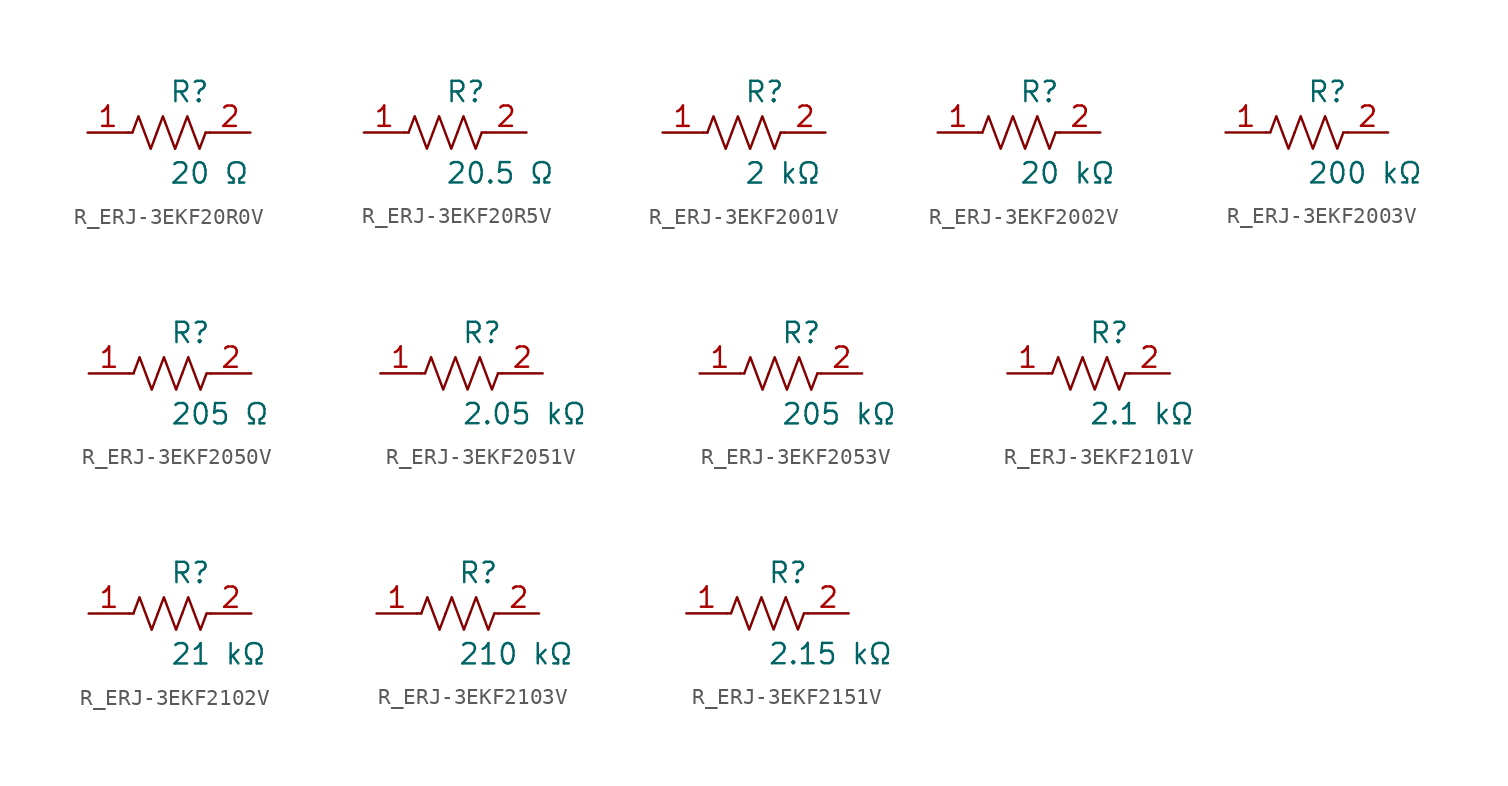
<source format=kicad_sym>
(kicad_symbol_lib
  (version 20231120)
  (generator kicad_symbol_editor)
  (generator_version 8.0)
  (symbol "R_ERJ-3EKF20R0V"
    (pin_names
      (offset 0.254))
    (property "Reference" "R"
      (at 0.0 2.54 0)
      (effects (font (size 1.27 1.27)) (justify left)))
    (property "Value" "20 Ω"
      (at 0.0 -2.54 0)
      (effects (font (size 1.27 1.27)) (justify left)))
    (symbol "R_ERJ-3EKF20R0V_0_1"
      (polyline (pts (xy 2.286 0) (xy 2.54 0)) (stroke (width 0) (type default)) (fill (type none)))
      (polyline (pts (xy -2.286 0) (xy -2.54 0)) (stroke (width 0) (type default)) (fill (type none)))
      (polyline (pts (xy 0.762 0) (xy 1.143 1.016) (xy 1.524 0) (xy 1.905 -1.016) (xy 2.286 0)) (stroke (width 0) (type default)) (fill (type none)))
      (polyline (pts (xy -0.762 0) (xy -0.381 1.016) (xy 0 0) (xy 0.381 -1.016) (xy 0.762 0)) (stroke (width 0) (type default)) (fill (type none)))
      (polyline (pts (xy -2.286 0) (xy -1.905 1.016) (xy -1.524 0) (xy -1.143 -1.016) (xy -0.762 0)) (stroke (width 0) (type default)) (fill (type none))))
    (pin unspecified line
      (at -5.08 0 0)
      (length 2.54)
      (name "" (effects (font (size 1.27 1.27))))
      (number "1" (effects (font (size 1.27 1.27)))))
    (pin unspecified line
      (at 5.08 0 180)
      (length 2.54)
      (name "" (effects (font (size 1.27 1.27))))
      (number "2" (effects (font (size 1.27 1.27))))))
  (symbol "R_ERJ-3EKF20R5V"
    (pin_names
      (offset 0.254))
    (property "Reference" "R"
      (at 0.0 2.54 0)
      (effects (font (size 1.27 1.27)) (justify left)))
    (property "Value" "20.5 Ω"
      (at 0.0 -2.54 0)
      (effects (font (size 1.27 1.27)) (justify left)))
    (symbol "R_ERJ-3EKF20R5V_0_1"
      (polyline (pts (xy 2.286 0) (xy 2.54 0)) (stroke (width 0) (type default)) (fill (type none)))
      (polyline (pts (xy -2.286 0) (xy -2.54 0)) (stroke (width 0) (type default)) (fill (type none)))
      (polyline (pts (xy 0.762 0) (xy 1.143 1.016) (xy 1.524 0) (xy 1.905 -1.016) (xy 2.286 0)) (stroke (width 0) (type default)) (fill (type none)))
      (polyline (pts (xy -0.762 0) (xy -0.381 1.016) (xy 0 0) (xy 0.381 -1.016) (xy 0.762 0)) (stroke (width 0) (type default)) (fill (type none)))
      (polyline (pts (xy -2.286 0) (xy -1.905 1.016) (xy -1.524 0) (xy -1.143 -1.016) (xy -0.762 0)) (stroke (width 0) (type default)) (fill (type none))))
    (pin unspecified line
      (at -5.08 0 0)
      (length 2.54)
      (name "" (effects (font (size 1.27 1.27))))
      (number "1" (effects (font (size 1.27 1.27)))))
    (pin unspecified line
      (at 5.08 0 180)
      (length 2.54)
      (name "" (effects (font (size 1.27 1.27))))
      (number "2" (effects (font (size 1.27 1.27))))))
  (symbol "R_ERJ-3EKF2001V"
    (pin_names
      (offset 0.254))
    (property "Reference" "R"
      (at 0.0 2.54 0)
      (effects (font (size 1.27 1.27)) (justify left)))
    (property "Value" "2 kΩ"
      (at 0.0 -2.54 0)
      (effects (font (size 1.27 1.27)) (justify left)))
    (symbol "R_ERJ-3EKF2001V_0_1"
      (polyline (pts (xy 2.286 0) (xy 2.54 0)) (stroke (width 0) (type default)) (fill (type none)))
      (polyline (pts (xy -2.286 0) (xy -2.54 0)) (stroke (width 0) (type default)) (fill (type none)))
      (polyline (pts (xy 0.762 0) (xy 1.143 1.016) (xy 1.524 0) (xy 1.905 -1.016) (xy 2.286 0)) (stroke (width 0) (type default)) (fill (type none)))
      (polyline (pts (xy -0.762 0) (xy -0.381 1.016) (xy 0 0) (xy 0.381 -1.016) (xy 0.762 0)) (stroke (width 0) (type default)) (fill (type none)))
      (polyline (pts (xy -2.286 0) (xy -1.905 1.016) (xy -1.524 0) (xy -1.143 -1.016) (xy -0.762 0)) (stroke (width 0) (type default)) (fill (type none))))
    (pin unspecified line
      (at -5.08 0 0)
      (length 2.54)
      (name "" (effects (font (size 1.27 1.27))))
      (number "1" (effects (font (size 1.27 1.27)))))
    (pin unspecified line
      (at 5.08 0 180)
      (length 2.54)
      (name "" (effects (font (size 1.27 1.27))))
      (number "2" (effects (font (size 1.27 1.27))))))
  (symbol "R_ERJ-3EKF2002V"
    (pin_names
      (offset 0.254))
    (property "Reference" "R"
      (at 0.0 2.54 0)
      (effects (font (size 1.27 1.27)) (justify left)))
    (property "Value" "20 kΩ"
      (at 0.0 -2.54 0)
      (effects (font (size 1.27 1.27)) (justify left)))
    (symbol "R_ERJ-3EKF2002V_0_1"
      (polyline (pts (xy 2.286 0) (xy 2.54 0)) (stroke (width 0) (type default)) (fill (type none)))
      (polyline (pts (xy -2.286 0) (xy -2.54 0)) (stroke (width 0) (type default)) (fill (type none)))
      (polyline (pts (xy 0.762 0) (xy 1.143 1.016) (xy 1.524 0) (xy 1.905 -1.016) (xy 2.286 0)) (stroke (width 0) (type default)) (fill (type none)))
      (polyline (pts (xy -0.762 0) (xy -0.381 1.016) (xy 0 0) (xy 0.381 -1.016) (xy 0.762 0)) (stroke (width 0) (type default)) (fill (type none)))
      (polyline (pts (xy -2.286 0) (xy -1.905 1.016) (xy -1.524 0) (xy -1.143 -1.016) (xy -0.762 0)) (stroke (width 0) (type default)) (fill (type none))))
    (pin unspecified line
      (at -5.08 0 0)
      (length 2.54)
      (name "" (effects (font (size 1.27 1.27))))
      (number "1" (effects (font (size 1.27 1.27)))))
    (pin unspecified line
      (at 5.08 0 180)
      (length 2.54)
      (name "" (effects (font (size 1.27 1.27))))
      (number "2" (effects (font (size 1.27 1.27))))))
  (symbol "R_ERJ-3EKF2003V"
    (pin_names
      (offset 0.254))
    (property "Reference" "R"
      (at 0.0 2.54 0)
      (effects (font (size 1.27 1.27)) (justify left)))
    (property "Value" "200 kΩ"
      (at 0.0 -2.54 0)
      (effects (font (size 1.27 1.27)) (justify left)))
    (symbol "R_ERJ-3EKF2003V_0_1"
      (polyline (pts (xy 2.286 0) (xy 2.54 0)) (stroke (width 0) (type default)) (fill (type none)))
      (polyline (pts (xy -2.286 0) (xy -2.54 0)) (stroke (width 0) (type default)) (fill (type none)))
      (polyline (pts (xy 0.762 0) (xy 1.143 1.016) (xy 1.524 0) (xy 1.905 -1.016) (xy 2.286 0)) (stroke (width 0) (type default)) (fill (type none)))
      (polyline (pts (xy -0.762 0) (xy -0.381 1.016) (xy 0 0) (xy 0.381 -1.016) (xy 0.762 0)) (stroke (width 0) (type default)) (fill (type none)))
      (polyline (pts (xy -2.286 0) (xy -1.905 1.016) (xy -1.524 0) (xy -1.143 -1.016) (xy -0.762 0)) (stroke (width 0) (type default)) (fill (type none))))
    (pin unspecified line
      (at -5.08 0 0)
      (length 2.54)
      (name "" (effects (font (size 1.27 1.27))))
      (number "1" (effects (font (size 1.27 1.27)))))
    (pin unspecified line
      (at 5.08 0 180)
      (length 2.54)
      (name "" (effects (font (size 1.27 1.27))))
      (number "2" (effects (font (size 1.27 1.27))))))
  (symbol "R_ERJ-3EKF2050V"
    (pin_names
      (offset 0.254))
    (property "Reference" "R"
      (at 0.0 2.54 0)
      (effects (font (size 1.27 1.27)) (justify left)))
    (property "Value" "205 Ω"
      (at 0.0 -2.54 0)
      (effects (font (size 1.27 1.27)) (justify left)))
    (symbol "R_ERJ-3EKF2050V_0_1"
      (polyline (pts (xy 2.286 0) (xy 2.54 0)) (stroke (width 0) (type default)) (fill (type none)))
      (polyline (pts (xy -2.286 0) (xy -2.54 0)) (stroke (width 0) (type default)) (fill (type none)))
      (polyline (pts (xy 0.762 0) (xy 1.143 1.016) (xy 1.524 0) (xy 1.905 -1.016) (xy 2.286 0)) (stroke (width 0) (type default)) (fill (type none)))
      (polyline (pts (xy -0.762 0) (xy -0.381 1.016) (xy 0 0) (xy 0.381 -1.016) (xy 0.762 0)) (stroke (width 0) (type default)) (fill (type none)))
      (polyline (pts (xy -2.286 0) (xy -1.905 1.016) (xy -1.524 0) (xy -1.143 -1.016) (xy -0.762 0)) (stroke (width 0) (type default)) (fill (type none))))
    (pin unspecified line
      (at -5.08 0 0)
      (length 2.54)
      (name "" (effects (font (size 1.27 1.27))))
      (number "1" (effects (font (size 1.27 1.27)))))
    (pin unspecified line
      (at 5.08 0 180)
      (length 2.54)
      (name "" (effects (font (size 1.27 1.27))))
      (number "2" (effects (font (size 1.27 1.27))))))
  (symbol "R_ERJ-3EKF2051V"
    (pin_names
      (offset 0.254))
    (property "Reference" "R"
      (at 0.0 2.54 0)
      (effects (font (size 1.27 1.27)) (justify left)))
    (property "Value" "2.05 kΩ"
      (at 0.0 -2.54 0)
      (effects (font (size 1.27 1.27)) (justify left)))
    (symbol "R_ERJ-3EKF2051V_0_1"
      (polyline (pts (xy 2.286 0) (xy 2.54 0)) (stroke (width 0) (type default)) (fill (type none)))
      (polyline (pts (xy -2.286 0) (xy -2.54 0)) (stroke (width 0) (type default)) (fill (type none)))
      (polyline (pts (xy 0.762 0) (xy 1.143 1.016) (xy 1.524 0) (xy 1.905 -1.016) (xy 2.286 0)) (stroke (width 0) (type default)) (fill (type none)))
      (polyline (pts (xy -0.762 0) (xy -0.381 1.016) (xy 0 0) (xy 0.381 -1.016) (xy 0.762 0)) (stroke (width 0) (type default)) (fill (type none)))
      (polyline (pts (xy -2.286 0) (xy -1.905 1.016) (xy -1.524 0) (xy -1.143 -1.016) (xy -0.762 0)) (stroke (width 0) (type default)) (fill (type none))))
    (pin unspecified line
      (at -5.08 0 0)
      (length 2.54)
      (name "" (effects (font (size 1.27 1.27))))
      (number "1" (effects (font (size 1.27 1.27)))))
    (pin unspecified line
      (at 5.08 0 180)
      (length 2.54)
      (name "" (effects (font (size 1.27 1.27))))
      (number "2" (effects (font (size 1.27 1.27))))))
  (symbol "R_ERJ-3EKF2053V"
    (pin_names
      (offset 0.254))
    (property "Reference" "R"
      (at 0.0 2.54 0)
      (effects (font (size 1.27 1.27)) (justify left)))
    (property "Value" "205 kΩ"
      (at 0.0 -2.54 0)
      (effects (font (size 1.27 1.27)) (justify left)))
    (symbol "R_ERJ-3EKF2053V_0_1"
      (polyline (pts (xy 2.286 0) (xy 2.54 0)) (stroke (width 0) (type default)) (fill (type none)))
      (polyline (pts (xy -2.286 0) (xy -2.54 0)) (stroke (width 0) (type default)) (fill (type none)))
      (polyline (pts (xy 0.762 0) (xy 1.143 1.016) (xy 1.524 0) (xy 1.905 -1.016) (xy 2.286 0)) (stroke (width 0) (type default)) (fill (type none)))
      (polyline (pts (xy -0.762 0) (xy -0.381 1.016) (xy 0 0) (xy 0.381 -1.016) (xy 0.762 0)) (stroke (width 0) (type default)) (fill (type none)))
      (polyline (pts (xy -2.286 0) (xy -1.905 1.016) (xy -1.524 0) (xy -1.143 -1.016) (xy -0.762 0)) (stroke (width 0) (type default)) (fill (type none))))
    (pin unspecified line
      (at -5.08 0 0)
      (length 2.54)
      (name "" (effects (font (size 1.27 1.27))))
      (number "1" (effects (font (size 1.27 1.27)))))
    (pin unspecified line
      (at 5.08 0 180)
      (length 2.54)
      (name "" (effects (font (size 1.27 1.27))))
      (number "2" (effects (font (size 1.27 1.27))))))
  (symbol "R_ERJ-3EKF2101V"
    (pin_names
      (offset 0.254))
    (property "Reference" "R"
      (at 0.0 2.54 0)
      (effects (font (size 1.27 1.27)) (justify left)))
    (property "Value" "2.1 kΩ"
      (at 0.0 -2.54 0)
      (effects (font (size 1.27 1.27)) (justify left)))
    (symbol "R_ERJ-3EKF2101V_0_1"
      (polyline (pts (xy 2.286 0) (xy 2.54 0)) (stroke (width 0) (type default)) (fill (type none)))
      (polyline (pts (xy -2.286 0) (xy -2.54 0)) (stroke (width 0) (type default)) (fill (type none)))
      (polyline (pts (xy 0.762 0) (xy 1.143 1.016) (xy 1.524 0) (xy 1.905 -1.016) (xy 2.286 0)) (stroke (width 0) (type default)) (fill (type none)))
      (polyline (pts (xy -0.762 0) (xy -0.381 1.016) (xy 0 0) (xy 0.381 -1.016) (xy 0.762 0)) (stroke (width 0) (type default)) (fill (type none)))
      (polyline (pts (xy -2.286 0) (xy -1.905 1.016) (xy -1.524 0) (xy -1.143 -1.016) (xy -0.762 0)) (stroke (width 0) (type default)) (fill (type none))))
    (pin unspecified line
      (at -5.08 0 0)
      (length 2.54)
      (name "" (effects (font (size 1.27 1.27))))
      (number "1" (effects (font (size 1.27 1.27)))))
    (pin unspecified line
      (at 5.08 0 180)
      (length 2.54)
      (name "" (effects (font (size 1.27 1.27))))
      (number "2" (effects (font (size 1.27 1.27))))))
  (symbol "R_ERJ-3EKF2102V"
    (pin_names
      (offset 0.254))
    (property "Reference" "R"
      (at 0.0 2.54 0)
      (effects (font (size 1.27 1.27)) (justify left)))
    (property "Value" "21 kΩ"
      (at 0.0 -2.54 0)
      (effects (font (size 1.27 1.27)) (justify left)))
    (symbol "R_ERJ-3EKF2102V_0_1"
      (polyline (pts (xy 2.286 0) (xy 2.54 0)) (stroke (width 0) (type default)) (fill (type none)))
      (polyline (pts (xy -2.286 0) (xy -2.54 0)) (stroke (width 0) (type default)) (fill (type none)))
      (polyline (pts (xy 0.762 0) (xy 1.143 1.016) (xy 1.524 0) (xy 1.905 -1.016) (xy 2.286 0)) (stroke (width 0) (type default)) (fill (type none)))
      (polyline (pts (xy -0.762 0) (xy -0.381 1.016) (xy 0 0) (xy 0.381 -1.016) (xy 0.762 0)) (stroke (width 0) (type default)) (fill (type none)))
      (polyline (pts (xy -2.286 0) (xy -1.905 1.016) (xy -1.524 0) (xy -1.143 -1.016) (xy -0.762 0)) (stroke (width 0) (type default)) (fill (type none))))
    (pin unspecified line
      (at -5.08 0 0)
      (length 2.54)
      (name "" (effects (font (size 1.27 1.27))))
      (number "1" (effects (font (size 1.27 1.27)))))
    (pin unspecified line
      (at 5.08 0 180)
      (length 2.54)
      (name "" (effects (font (size 1.27 1.27))))
      (number "2" (effects (font (size 1.27 1.27))))))
  (symbol "R_ERJ-3EKF2103V"
    (pin_names
      (offset 0.254))
    (property "Reference" "R"
      (at 0.0 2.54 0)
      (effects (font (size 1.27 1.27)) (justify left)))
    (property "Value" "210 kΩ"
      (at 0.0 -2.54 0)
      (effects (font (size 1.27 1.27)) (justify left)))
    (symbol "R_ERJ-3EKF2103V_0_1"
      (polyline (pts (xy 2.286 0) (xy 2.54 0)) (stroke (width 0) (type default)) (fill (type none)))
      (polyline (pts (xy -2.286 0) (xy -2.54 0)) (stroke (width 0) (type default)) (fill (type none)))
      (polyline (pts (xy 0.762 0) (xy 1.143 1.016) (xy 1.524 0) (xy 1.905 -1.016) (xy 2.286 0)) (stroke (width 0) (type default)) (fill (type none)))
      (polyline (pts (xy -0.762 0) (xy -0.381 1.016) (xy 0 0) (xy 0.381 -1.016) (xy 0.762 0)) (stroke (width 0) (type default)) (fill (type none)))
      (polyline (pts (xy -2.286 0) (xy -1.905 1.016) (xy -1.524 0) (xy -1.143 -1.016) (xy -0.762 0)) (stroke (width 0) (type default)) (fill (type none))))
    (pin unspecified line
      (at -5.08 0 0)
      (length 2.54)
      (name "" (effects (font (size 1.27 1.27))))
      (number "1" (effects (font (size 1.27 1.27)))))
    (pin unspecified line
      (at 5.08 0 180)
      (length 2.54)
      (name "" (effects (font (size 1.27 1.27))))
      (number "2" (effects (font (size 1.27 1.27))))))
  (symbol "R_ERJ-3EKF2151V"
    (pin_names
      (offset 0.254))
    (property "Reference" "R"
      (at 0.0 2.54 0)
      (effects (font (size 1.27 1.27)) (justify left)))
    (property "Value" "2.15 kΩ"
      (at 0.0 -2.54 0)
      (effects (font (size 1.27 1.27)) (justify left)))
    (symbol "R_ERJ-3EKF2151V_0_1"
      (polyline (pts (xy 2.286 0) (xy 2.54 0)) (stroke (width 0) (type default)) (fill (type none)))
      (polyline (pts (xy -2.286 0) (xy -2.54 0)) (stroke (width 0) (type default)) (fill (type none)))
      (polyline (pts (xy 0.762 0) (xy 1.143 1.016) (xy 1.524 0) (xy 1.905 -1.016) (xy 2.286 0)) (stroke (width 0) (type default)) (fill (type none)))
      (polyline (pts (xy -0.762 0) (xy -0.381 1.016) (xy 0 0) (xy 0.381 -1.016) (xy 0.762 0)) (stroke (width 0) (type default)) (fill (type none)))
      (polyline (pts (xy -2.286 0) (xy -1.905 1.016) (xy -1.524 0) (xy -1.143 -1.016) (xy -0.762 0)) (stroke (width 0) (type default)) (fill (type none))))
    (pin unspecified line
      (at -5.08 0 0)
      (length 2.54)
      (name "" (effects (font (size 1.27 1.27))))
      (number "1" (effects (font (size 1.27 1.27)))))
    (pin unspecified line
      (at 5.08 0 180)
      (length 2.54)
      (name "" (effects (font (size 1.27 1.27))))
      (number "2" (effects (font (size 1.27 1.27)))))))
</source>
